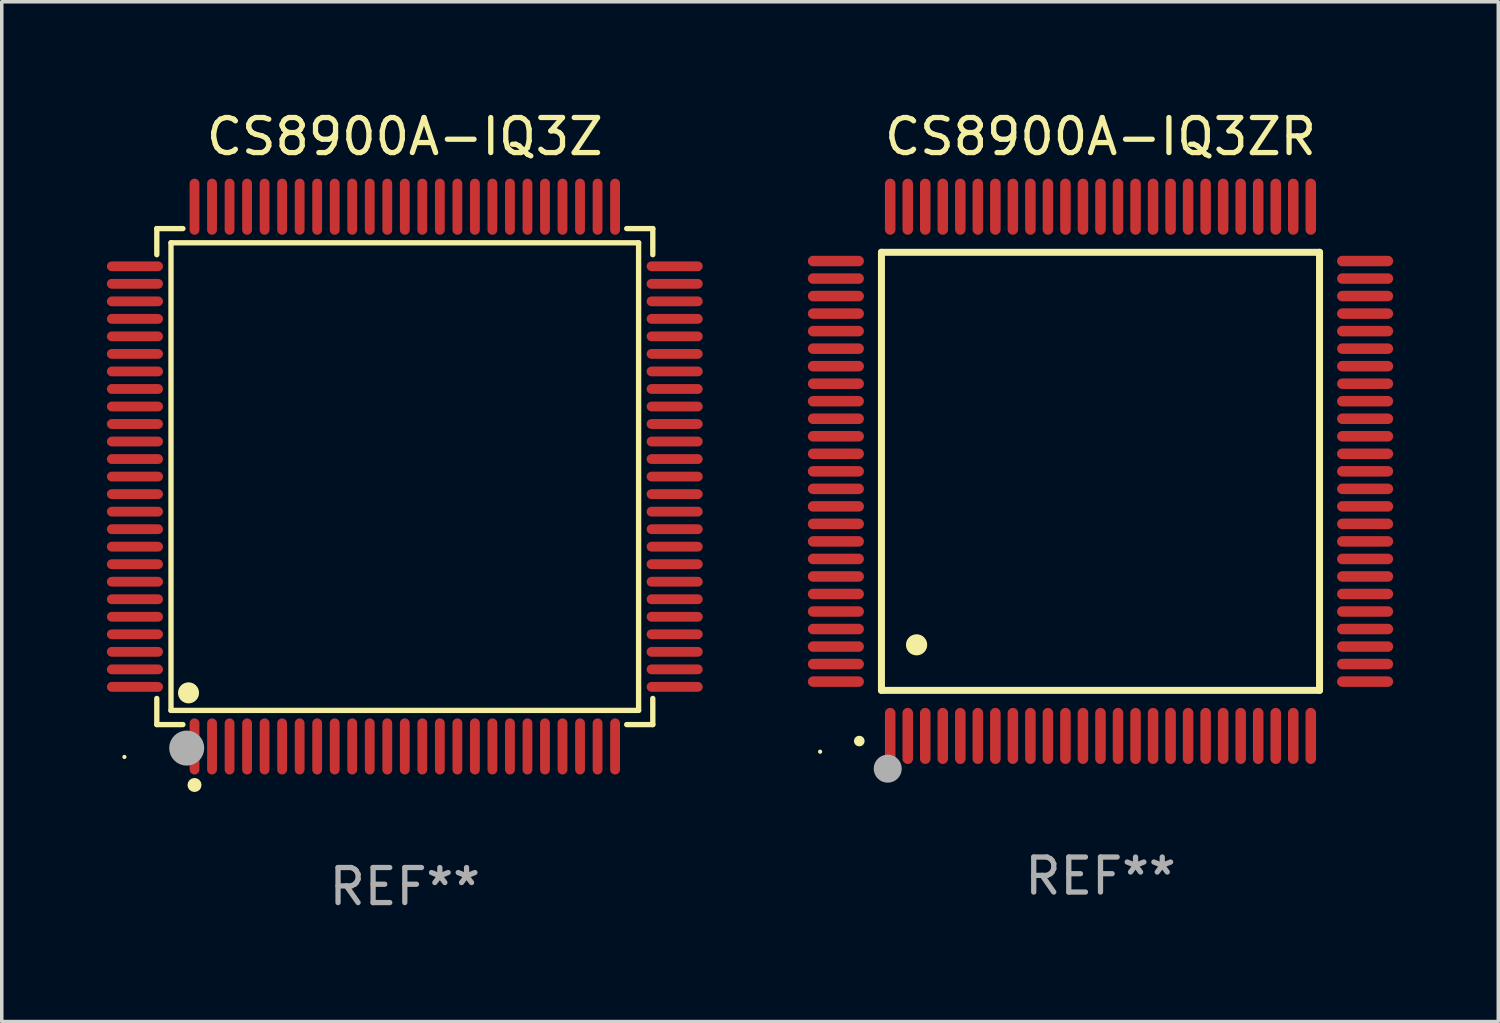
<source format=kicad_pcb>
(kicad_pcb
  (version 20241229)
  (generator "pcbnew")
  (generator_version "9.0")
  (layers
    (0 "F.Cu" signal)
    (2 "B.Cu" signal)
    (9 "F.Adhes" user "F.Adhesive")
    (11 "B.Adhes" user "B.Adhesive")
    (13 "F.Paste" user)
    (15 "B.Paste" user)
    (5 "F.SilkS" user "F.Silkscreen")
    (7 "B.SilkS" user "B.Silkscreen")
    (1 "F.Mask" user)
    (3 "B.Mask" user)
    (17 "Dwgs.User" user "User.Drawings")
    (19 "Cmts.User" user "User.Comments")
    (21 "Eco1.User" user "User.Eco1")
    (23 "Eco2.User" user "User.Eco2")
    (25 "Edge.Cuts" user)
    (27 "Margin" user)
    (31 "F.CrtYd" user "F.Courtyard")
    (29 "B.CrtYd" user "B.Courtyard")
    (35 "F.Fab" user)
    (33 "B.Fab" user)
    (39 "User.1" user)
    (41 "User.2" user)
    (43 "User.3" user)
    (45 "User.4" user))
  (footprint "CS8900A-IQ3ZR"
    (layer "F.Cu")
    (at 28.35 10.398)
    (property "Reference" "CS8900A-IQ3ZR" (at 0 -9.55 0) (layer "F.SilkS") (effects (font (size 1 1) (thickness 0.15))))
    (attr through_hole)
    (fp_line (start -6.25 -6.25) (end -6.25 6.25) (stroke (width 0.2) (type solid)) (layer "F.SilkS"))
    (fp_line (start -6.25 6.25) (end 6.25 6.25) (stroke (width 0.2) (type solid)) (layer "F.SilkS"))
    (fp_line (start 6.25 -6.25) (end -6.25 -6.25) (stroke (width 0.2) (type solid)) (layer "F.SilkS"))
    (fp_line (start 6.25 6.25) (end 6.25 -6.25) (stroke (width 0.2) (type solid)) (layer "F.SilkS"))
    (fp_arc (start -6.883414 7.696215) (mid -6.882144 7.69621) (end -6.880874 7.696215) (stroke (width 0.3) (type solid)) (layer "F.SilkS"))
    (fp_arc (start -5.250191 4.95047) (mid -5.247651 4.950459) (end -5.245111 4.95047) (stroke (width 0.6) (type solid)) (layer "F.SilkS"))
    (fp_circle (center -8 8) (end -7.97 8) (stroke (width 0.06) (type solid)) (fill no) (layer "F.SilkS"))
    (fp_circle (center -6.071 8.484) (end -5.871 8.484) (stroke (width 0.4) (type solid)) (fill no) (layer "F.Fab"))
    (fp_text user "REF**" (at 0 11.55 0) (layer "F.Fab") (effects (font (size 1 1) (thickness 0.15))))
    (pad "1" smd oval (at -6 7.55) (size 0.3 1.6) (layers "F.Cu" "F.Mask" "F.Paste"))
    (pad "2" smd oval (at -5.5 7.55) (size 0.3 1.6) (layers "F.Cu" "F.Mask" "F.Paste"))
    (pad "3" smd oval (at -5 7.55) (size 0.3 1.6) (layers "F.Cu" "F.Mask" "F.Paste"))
    (pad "4" smd oval (at -4.5 7.55) (size 0.3 1.6) (layers "F.Cu" "F.Mask" "F.Paste"))
    (pad "5" smd oval (at -4 7.55) (size 0.3 1.6) (layers "F.Cu" "F.Mask" "F.Paste"))
    (pad "6" smd oval (at -3.5 7.55) (size 0.3 1.6) (layers "F.Cu" "F.Mask" "F.Paste"))
    (pad "7" smd oval (at -3 7.55) (size 0.3 1.6) (layers "F.Cu" "F.Mask" "F.Paste"))
    (pad "8" smd oval (at -2.5 7.55) (size 0.3 1.6) (layers "F.Cu" "F.Mask" "F.Paste"))
    (pad "9" smd oval (at -2 7.55) (size 0.3 1.6) (layers "F.Cu" "F.Mask" "F.Paste"))
    (pad "10" smd oval (at -1.5 7.55) (size 0.3 1.6) (layers "F.Cu" "F.Mask" "F.Paste"))
    (pad "11" smd oval (at -1 7.55) (size 0.3 1.6) (layers "F.Cu" "F.Mask" "F.Paste"))
    (pad "12" smd oval (at -0.5 7.55) (size 0.3 1.6) (layers "F.Cu" "F.Mask" "F.Paste"))
    (pad "13" smd oval (at 0 7.55) (size 0.3 1.6) (layers "F.Cu" "F.Mask" "F.Paste"))
    (pad "14" smd oval (at 0.5 7.55) (size 0.3 1.6) (layers "F.Cu" "F.Mask" "F.Paste"))
    (pad "15" smd oval (at 1 7.55) (size 0.3 1.6) (layers "F.Cu" "F.Mask" "F.Paste"))
    (pad "16" smd oval (at 1.5 7.55) (size 0.3 1.6) (layers "F.Cu" "F.Mask" "F.Paste"))
    (pad "17" smd oval (at 2 7.55) (size 0.3 1.6) (layers "F.Cu" "F.Mask" "F.Paste"))
    (pad "18" smd oval (at 2.5 7.55) (size 0.3 1.6) (layers "F.Cu" "F.Mask" "F.Paste"))
    (pad "19" smd oval (at 3 7.55) (size 0.3 1.6) (layers "F.Cu" "F.Mask" "F.Paste"))
    (pad "20" smd oval (at 3.5 7.55) (size 0.3 1.6) (layers "F.Cu" "F.Mask" "F.Paste"))
    (pad "21" smd oval (at 4 7.55) (size 0.3 1.6) (layers "F.Cu" "F.Mask" "F.Paste"))
    (pad "22" smd oval (at 4.5 7.55) (size 0.3 1.6) (layers "F.Cu" "F.Mask" "F.Paste"))
    (pad "23" smd oval (at 5 7.55) (size 0.3 1.6) (layers "F.Cu" "F.Mask" "F.Paste"))
    (pad "24" smd oval (at 5.5 7.55) (size 0.3 1.6) (layers "F.Cu" "F.Mask" "F.Paste"))
    (pad "25" smd oval (at 6 7.55) (size 0.3 1.6) (layers "F.Cu" "F.Mask" "F.Paste"))
    (pad "26" smd oval (at 7.55 6) (size 1.6 0.3) (layers "F.Cu" "F.Mask" "F.Paste"))
    (pad "27" smd oval (at 7.55 5.5) (size 1.6 0.3) (layers "F.Cu" "F.Mask" "F.Paste"))
    (pad "28" smd oval (at 7.55 5) (size 1.6 0.3) (layers "F.Cu" "F.Mask" "F.Paste"))
    (pad "29" smd oval (at 7.55 4.5) (size 1.6 0.3) (layers "F.Cu" "F.Mask" "F.Paste"))
    (pad "30" smd oval (at 7.55 4) (size 1.6 0.3) (layers "F.Cu" "F.Mask" "F.Paste"))
    (pad "31" smd oval (at 7.55 3.5) (size 1.6 0.3) (layers "F.Cu" "F.Mask" "F.Paste"))
    (pad "32" smd oval (at 7.55 3) (size 1.6 0.3) (layers "F.Cu" "F.Mask" "F.Paste"))
    (pad "33" smd oval (at 7.55 2.5) (size 1.6 0.3) (layers "F.Cu" "F.Mask" "F.Paste"))
    (pad "34" smd oval (at 7.55 2) (size 1.6 0.3) (layers "F.Cu" "F.Mask" "F.Paste"))
    (pad "35" smd oval (at 7.55 1.5) (size 1.6 0.3) (layers "F.Cu" "F.Mask" "F.Paste"))
    (pad "36" smd oval (at 7.55 1) (size 1.6 0.3) (layers "F.Cu" "F.Mask" "F.Paste"))
    (pad "37" smd oval (at 7.55 0.5) (size 1.6 0.3) (layers "F.Cu" "F.Mask" "F.Paste"))
    (pad "38" smd oval (at 7.55 0) (size 1.6 0.3) (layers "F.Cu" "F.Mask" "F.Paste"))
    (pad "39" smd oval (at 7.55 -0.5) (size 1.6 0.3) (layers "F.Cu" "F.Mask" "F.Paste"))
    (pad "40" smd oval (at 7.55 -1) (size 1.6 0.3) (layers "F.Cu" "F.Mask" "F.Paste"))
    (pad "41" smd oval (at 7.55 -1.5) (size 1.6 0.3) (layers "F.Cu" "F.Mask" "F.Paste"))
    (pad "42" smd oval (at 7.55 -2) (size 1.6 0.3) (layers "F.Cu" "F.Mask" "F.Paste"))
    (pad "43" smd oval (at 7.55 -2.5) (size 1.6 0.3) (layers "F.Cu" "F.Mask" "F.Paste"))
    (pad "44" smd oval (at 7.55 -3) (size 1.6 0.3) (layers "F.Cu" "F.Mask" "F.Paste"))
    (pad "45" smd oval (at 7.55 -3.5) (size 1.6 0.3) (layers "F.Cu" "F.Mask" "F.Paste"))
    (pad "46" smd oval (at 7.55 -4) (size 1.6 0.3) (layers "F.Cu" "F.Mask" "F.Paste"))
    (pad "47" smd oval (at 7.55 -4.5) (size 1.6 0.3) (layers "F.Cu" "F.Mask" "F.Paste"))
    (pad "48" smd oval (at 7.55 -5) (size 1.6 0.3) (layers "F.Cu" "F.Mask" "F.Paste"))
    (pad "49" smd oval (at 7.55 -5.5) (size 1.6 0.3) (layers "F.Cu" "F.Mask" "F.Paste"))
    (pad "50" smd oval (at 7.55 -6) (size 1.6 0.3) (layers "F.Cu" "F.Mask" "F.Paste"))
    (pad "51" smd oval (at 6 -7.55) (size 0.3 1.6) (layers "F.Cu" "F.Mask" "F.Paste"))
    (pad "52" smd oval (at 5.5 -7.55) (size 0.3 1.6) (layers "F.Cu" "F.Mask" "F.Paste"))
    (pad "53" smd oval (at 5 -7.55) (size 0.3 1.6) (layers "F.Cu" "F.Mask" "F.Paste"))
    (pad "54" smd oval (at 4.5 -7.55) (size 0.3 1.6) (layers "F.Cu" "F.Mask" "F.Paste"))
    (pad "55" smd oval (at 4 -7.55) (size 0.3 1.6) (layers "F.Cu" "F.Mask" "F.Paste"))
    (pad "56" smd oval (at 3.5 -7.55) (size 0.3 1.6) (layers "F.Cu" "F.Mask" "F.Paste"))
    (pad "57" smd oval (at 3 -7.55) (size 0.3 1.6) (layers "F.Cu" "F.Mask" "F.Paste"))
    (pad "58" smd oval (at 2.5 -7.55) (size 0.3 1.6) (layers "F.Cu" "F.Mask" "F.Paste"))
    (pad "59" smd oval (at 2 -7.55) (size 0.3 1.6) (layers "F.Cu" "F.Mask" "F.Paste"))
    (pad "60" smd oval (at 1.5 -7.55) (size 0.3 1.6) (layers "F.Cu" "F.Mask" "F.Paste"))
    (pad "61" smd oval (at 1 -7.55) (size 0.3 1.6) (layers "F.Cu" "F.Mask" "F.Paste"))
    (pad "62" smd oval (at 0.5 -7.55) (size 0.3 1.6) (layers "F.Cu" "F.Mask" "F.Paste"))
    (pad "63" smd oval (at 0 -7.55) (size 0.3 1.6) (layers "F.Cu" "F.Mask" "F.Paste"))
    (pad "64" smd oval (at -0.5 -7.55) (size 0.3 1.6) (layers "F.Cu" "F.Mask" "F.Paste"))
    (pad "65" smd oval (at -1 -7.55) (size 0.3 1.6) (layers "F.Cu" "F.Mask" "F.Paste"))
    (pad "66" smd oval (at -1.5 -7.55) (size 0.3 1.6) (layers "F.Cu" "F.Mask" "F.Paste"))
    (pad "67" smd oval (at -2 -7.55) (size 0.3 1.6) (layers "F.Cu" "F.Mask" "F.Paste"))
    (pad "68" smd oval (at -2.5 -7.55) (size 0.3 1.6) (layers "F.Cu" "F.Mask" "F.Paste"))
    (pad "69" smd oval (at -3 -7.55) (size 0.3 1.6) (layers "F.Cu" "F.Mask" "F.Paste"))
    (pad "70" smd oval (at -3.5 -7.55) (size 0.3 1.6) (layers "F.Cu" "F.Mask" "F.Paste"))
    (pad "71" smd oval (at -4 -7.55) (size 0.3 1.6) (layers "F.Cu" "F.Mask" "F.Paste"))
    (pad "72" smd oval (at -4.5 -7.55) (size 0.3 1.6) (layers "F.Cu" "F.Mask" "F.Paste"))
    (pad "73" smd oval (at -5 -7.55) (size 0.3 1.6) (layers "F.Cu" "F.Mask" "F.Paste"))
    (pad "74" smd oval (at -5.5 -7.55) (size 0.3 1.6) (layers "F.Cu" "F.Mask" "F.Paste"))
    (pad "75" smd oval (at -6 -7.55) (size 0.3 1.6) (layers "F.Cu" "F.Mask" "F.Paste"))
    (pad "76" smd oval (at -7.55 -6) (size 1.6 0.3) (layers "F.Cu" "F.Mask" "F.Paste"))
    (pad "77" smd oval (at -7.55 -5.5) (size 1.6 0.3) (layers "F.Cu" "F.Mask" "F.Paste"))
    (pad "78" smd oval (at -7.55 -5) (size 1.6 0.3) (layers "F.Cu" "F.Mask" "F.Paste"))
    (pad "79" smd oval (at -7.55 -4.5) (size 1.6 0.3) (layers "F.Cu" "F.Mask" "F.Paste"))
    (pad "80" smd oval (at -7.55 -4) (size 1.6 0.3) (layers "F.Cu" "F.Mask" "F.Paste"))
    (pad "81" smd oval (at -7.55 -3.5) (size 1.6 0.3) (layers "F.Cu" "F.Mask" "F.Paste"))
    (pad "82" smd oval (at -7.55 -3) (size 1.6 0.3) (layers "F.Cu" "F.Mask" "F.Paste"))
    (pad "83" smd oval (at -7.55 -2.5) (size 1.6 0.3) (layers "F.Cu" "F.Mask" "F.Paste"))
    (pad "84" smd oval (at -7.55 -2) (size 1.6 0.3) (layers "F.Cu" "F.Mask" "F.Paste"))
    (pad "85" smd oval (at -7.55 -1.5) (size 1.6 0.3) (layers "F.Cu" "F.Mask" "F.Paste"))
    (pad "86" smd oval (at -7.55 -1) (size 1.6 0.3) (layers "F.Cu" "F.Mask" "F.Paste"))
    (pad "87" smd oval (at -7.55 -0.5) (size 1.6 0.3) (layers "F.Cu" "F.Mask" "F.Paste"))
    (pad "88" smd oval (at -7.55 0) (size 1.6 0.3) (layers "F.Cu" "F.Mask" "F.Paste"))
    (pad "89" smd oval (at -7.55 0.5) (size 1.6 0.3) (layers "F.Cu" "F.Mask" "F.Paste"))
    (pad "90" smd oval (at -7.55 1) (size 1.6 0.3) (layers "F.Cu" "F.Mask" "F.Paste"))
    (pad "91" smd oval (at -7.55 1.5) (size 1.6 0.3) (layers "F.Cu" "F.Mask" "F.Paste"))
    (pad "92" smd oval (at -7.55 2) (size 1.6 0.3) (layers "F.Cu" "F.Mask" "F.Paste"))
    (pad "93" smd oval (at -7.55 2.5) (size 1.6 0.3) (layers "F.Cu" "F.Mask" "F.Paste"))
    (pad "94" smd oval (at -7.55 3) (size 1.6 0.3) (layers "F.Cu" "F.Mask" "F.Paste"))
    (pad "95" smd oval (at -7.55 3.5) (size 1.6 0.3) (layers "F.Cu" "F.Mask" "F.Paste"))
    (pad "96" smd oval (at -7.55 4) (size 1.6 0.3) (layers "F.Cu" "F.Mask" "F.Paste"))
    (pad "97" smd oval (at -7.55 4.5) (size 1.6 0.3) (layers "F.Cu" "F.Mask" "F.Paste"))
    (pad "98" smd oval (at -7.55 5) (size 1.6 0.3) (layers "F.Cu" "F.Mask" "F.Paste"))
    (pad "99" smd oval (at -7.55 5.5) (size 1.6 0.3) (layers "F.Cu" "F.Mask" "F.Paste"))
    (pad "100" smd oval (at -7.55 6) (size 1.6 0.3) (layers "F.Cu" "F.Mask" "F.Paste")))
  (footprint "CS8900A-IQ3Z"
    (layer "F.Cu")
    (at 8.5 10.548)
    (property "Reference" "CS8900A-IQ3Z" (at 0 -9.7 0) (layer "F.SilkS") (effects (font (size 1 1) (thickness 0.15))))
    (attr through_hole)
    (fp_line (start -7.076 -7.076) (end -6.331 -7.076) (stroke (width 0.152) (type solid)) (layer "F.SilkS"))
    (fp_line (start -7.076 -6.331) (end -7.076 -7.076) (stroke (width 0.152) (type solid)) (layer "F.SilkS"))
    (fp_line (start -7.076 6.331) (end -7.076 7.076) (stroke (width 0.152) (type solid)) (layer "F.SilkS"))
    (fp_line (start -7.076 7.076) (end -6.331 7.076) (stroke (width 0.152) (type solid)) (layer "F.SilkS"))
    (fp_line (start -6.671 -6.671) (end 6.671 -6.671) (stroke (width 0.152) (type solid)) (layer "F.SilkS"))
    (fp_line (start -6.671 6.671) (end -6.671 -6.671) (stroke (width 0.152) (type solid)) (layer "F.SilkS"))
    (fp_line (start 6.671 -6.671) (end 6.671 6.671) (stroke (width 0.152) (type solid)) (layer "F.SilkS"))
    (fp_line (start 6.671 6.671) (end -6.671 6.671) (stroke (width 0.152) (type solid)) (layer "F.SilkS"))
    (fp_line (start 7.076 -7.076) (end 6.331 -7.076) (stroke (width 0.152) (type solid)) (layer "F.SilkS"))
    (fp_line (start 7.076 -6.331) (end 7.076 -7.076) (stroke (width 0.152) (type solid)) (layer "F.SilkS"))
    (fp_line (start 7.076 6.331) (end 7.076 7.076) (stroke (width 0.152) (type solid)) (layer "F.SilkS"))
    (fp_line (start 7.076 7.076) (end 6.331 7.076) (stroke (width 0.152) (type solid)) (layer "F.SilkS"))
    (fp_circle (center -8 8) (end -7.97 8) (stroke (width 0.06) (type solid)) (fill no) (layer "F.SilkS"))
    (fp_circle (center -6.171 6.171) (end -6.021 6.171) (stroke (width 0.3) (type solid)) (fill no) (layer "F.SilkS"))
    (fp_circle (center -6 8.8) (end -5.9 8.8) (stroke (width 0.2) (type solid)) (fill no) (layer "F.SilkS"))
    (fp_circle (center -6.223 7.747) (end -5.973 7.747) (stroke (width 0.5) (type solid)) (fill no) (layer "F.Fab"))
    (fp_text user "REF**" (at 0 11.7 0) (layer "F.Fab") (effects (font (size 1 1) (thickness 0.15))))
    (pad "1" smd oval (at -6 7.7) (size 0.28 1.6) (layers "F.Cu" "F.Mask" "F.Paste"))
    (pad "2" smd oval (at -5.5 7.7) (size 0.28 1.6) (layers "F.Cu" "F.Mask" "F.Paste"))
    (pad "3" smd oval (at -5 7.7) (size 0.28 1.6) (layers "F.Cu" "F.Mask" "F.Paste"))
    (pad "4" smd oval (at -4.5 7.7) (size 0.28 1.6) (layers "F.Cu" "F.Mask" "F.Paste"))
    (pad "5" smd oval (at -4 7.7) (size 0.28 1.6) (layers "F.Cu" "F.Mask" "F.Paste"))
    (pad "6" smd oval (at -3.5 7.7) (size 0.28 1.6) (layers "F.Cu" "F.Mask" "F.Paste"))
    (pad "7" smd oval (at -3 7.7) (size 0.28 1.6) (layers "F.Cu" "F.Mask" "F.Paste"))
    (pad "8" smd oval (at -2.5 7.7) (size 0.28 1.6) (layers "F.Cu" "F.Mask" "F.Paste"))
    (pad "9" smd oval (at -2 7.7) (size 0.28 1.6) (layers "F.Cu" "F.Mask" "F.Paste"))
    (pad "10" smd oval (at -1.5 7.7) (size 0.28 1.6) (layers "F.Cu" "F.Mask" "F.Paste"))
    (pad "11" smd oval (at -1 7.7) (size 0.28 1.6) (layers "F.Cu" "F.Mask" "F.Paste"))
    (pad "12" smd oval (at -0.5 7.7) (size 0.28 1.6) (layers "F.Cu" "F.Mask" "F.Paste"))
    (pad "13" smd oval (at 0 7.7) (size 0.28 1.6) (layers "F.Cu" "F.Mask" "F.Paste"))
    (pad "14" smd oval (at 0.5 7.7) (size 0.28 1.6) (layers "F.Cu" "F.Mask" "F.Paste"))
    (pad "15" smd oval (at 1 7.7) (size 0.28 1.6) (layers "F.Cu" "F.Mask" "F.Paste"))
    (pad "16" smd oval (at 1.5 7.7) (size 0.28 1.6) (layers "F.Cu" "F.Mask" "F.Paste"))
    (pad "17" smd oval (at 2 7.7) (size 0.28 1.6) (layers "F.Cu" "F.Mask" "F.Paste"))
    (pad "18" smd oval (at 2.5 7.7) (size 0.28 1.6) (layers "F.Cu" "F.Mask" "F.Paste"))
    (pad "19" smd oval (at 3 7.7) (size 0.28 1.6) (layers "F.Cu" "F.Mask" "F.Paste"))
    (pad "20" smd oval (at 3.5 7.7) (size 0.28 1.6) (layers "F.Cu" "F.Mask" "F.Paste"))
    (pad "21" smd oval (at 4 7.7) (size 0.28 1.6) (layers "F.Cu" "F.Mask" "F.Paste"))
    (pad "22" smd oval (at 4.5 7.7) (size 0.28 1.6) (layers "F.Cu" "F.Mask" "F.Paste"))
    (pad "23" smd oval (at 5 7.7) (size 0.28 1.6) (layers "F.Cu" "F.Mask" "F.Paste"))
    (pad "24" smd oval (at 5.5 7.7) (size 0.28 1.6) (layers "F.Cu" "F.Mask" "F.Paste"))
    (pad "25" smd oval (at 6 7.7) (size 0.28 1.6) (layers "F.Cu" "F.Mask" "F.Paste"))
    (pad "26" smd oval (at 7.7 6) (size 1.6 0.28) (layers "F.Cu" "F.Mask" "F.Paste"))
    (pad "27" smd oval (at 7.7 5.5) (size 1.6 0.28) (layers "F.Cu" "F.Mask" "F.Paste"))
    (pad "28" smd oval (at 7.7 5) (size 1.6 0.28) (layers "F.Cu" "F.Mask" "F.Paste"))
    (pad "29" smd oval (at 7.7 4.5) (size 1.6 0.28) (layers "F.Cu" "F.Mask" "F.Paste"))
    (pad "30" smd oval (at 7.7 4) (size 1.6 0.28) (layers "F.Cu" "F.Mask" "F.Paste"))
    (pad "31" smd oval (at 7.7 3.5) (size 1.6 0.28) (layers "F.Cu" "F.Mask" "F.Paste"))
    (pad "32" smd oval (at 7.7 3) (size 1.6 0.28) (layers "F.Cu" "F.Mask" "F.Paste"))
    (pad "33" smd oval (at 7.7 2.5) (size 1.6 0.28) (layers "F.Cu" "F.Mask" "F.Paste"))
    (pad "34" smd oval (at 7.7 2) (size 1.6 0.28) (layers "F.Cu" "F.Mask" "F.Paste"))
    (pad "35" smd oval (at 7.7 1.5) (size 1.6 0.28) (layers "F.Cu" "F.Mask" "F.Paste"))
    (pad "36" smd oval (at 7.7 1) (size 1.6 0.28) (layers "F.Cu" "F.Mask" "F.Paste"))
    (pad "37" smd oval (at 7.7 0.5) (size 1.6 0.28) (layers "F.Cu" "F.Mask" "F.Paste"))
    (pad "38" smd oval (at 7.7 0) (size 1.6 0.28) (layers "F.Cu" "F.Mask" "F.Paste"))
    (pad "39" smd oval (at 7.7 -0.5) (size 1.6 0.28) (layers "F.Cu" "F.Mask" "F.Paste"))
    (pad "40" smd oval (at 7.7 -1) (size 1.6 0.28) (layers "F.Cu" "F.Mask" "F.Paste"))
    (pad "41" smd oval (at 7.7 -1.5) (size 1.6 0.28) (layers "F.Cu" "F.Mask" "F.Paste"))
    (pad "42" smd oval (at 7.7 -2) (size 1.6 0.28) (layers "F.Cu" "F.Mask" "F.Paste"))
    (pad "43" smd oval (at 7.7 -2.5) (size 1.6 0.28) (layers "F.Cu" "F.Mask" "F.Paste"))
    (pad "44" smd oval (at 7.7 -3) (size 1.6 0.28) (layers "F.Cu" "F.Mask" "F.Paste"))
    (pad "45" smd oval (at 7.7 -3.5) (size 1.6 0.28) (layers "F.Cu" "F.Mask" "F.Paste"))
    (pad "46" smd oval (at 7.7 -4) (size 1.6 0.28) (layers "F.Cu" "F.Mask" "F.Paste"))
    (pad "47" smd oval (at 7.7 -4.5) (size 1.6 0.28) (layers "F.Cu" "F.Mask" "F.Paste"))
    (pad "48" smd oval (at 7.7 -5) (size 1.6 0.28) (layers "F.Cu" "F.Mask" "F.Paste"))
    (pad "49" smd oval (at 7.7 -5.5) (size 1.6 0.28) (layers "F.Cu" "F.Mask" "F.Paste"))
    (pad "50" smd oval (at 7.7 -6) (size 1.6 0.28) (layers "F.Cu" "F.Mask" "F.Paste"))
    (pad "51" smd oval (at 6 -7.7) (size 0.28 1.6) (layers "F.Cu" "F.Mask" "F.Paste"))
    (pad "52" smd oval (at 5.5 -7.7) (size 0.28 1.6) (layers "F.Cu" "F.Mask" "F.Paste"))
    (pad "53" smd oval (at 5 -7.7) (size 0.28 1.6) (layers "F.Cu" "F.Mask" "F.Paste"))
    (pad "54" smd oval (at 4.5 -7.7) (size 0.28 1.6) (layers "F.Cu" "F.Mask" "F.Paste"))
    (pad "55" smd oval (at 4 -7.7) (size 0.28 1.6) (layers "F.Cu" "F.Mask" "F.Paste"))
    (pad "56" smd oval (at 3.5 -7.7) (size 0.28 1.6) (layers "F.Cu" "F.Mask" "F.Paste"))
    (pad "57" smd oval (at 3 -7.7) (size 0.28 1.6) (layers "F.Cu" "F.Mask" "F.Paste"))
    (pad "58" smd oval (at 2.5 -7.7) (size 0.28 1.6) (layers "F.Cu" "F.Mask" "F.Paste"))
    (pad "59" smd oval (at 2 -7.7) (size 0.28 1.6) (layers "F.Cu" "F.Mask" "F.Paste"))
    (pad "60" smd oval (at 1.5 -7.7) (size 0.28 1.6) (layers "F.Cu" "F.Mask" "F.Paste"))
    (pad "61" smd oval (at 1 -7.7) (size 0.28 1.6) (layers "F.Cu" "F.Mask" "F.Paste"))
    (pad "62" smd oval (at 0.5 -7.7) (size 0.28 1.6) (layers "F.Cu" "F.Mask" "F.Paste"))
    (pad "63" smd oval (at 0 -7.7) (size 0.28 1.6) (layers "F.Cu" "F.Mask" "F.Paste"))
    (pad "64" smd oval (at -0.5 -7.7) (size 0.28 1.6) (layers "F.Cu" "F.Mask" "F.Paste"))
    (pad "65" smd oval (at -1 -7.7) (size 0.28 1.6) (layers "F.Cu" "F.Mask" "F.Paste"))
    (pad "66" smd oval (at -1.5 -7.7) (size 0.28 1.6) (layers "F.Cu" "F.Mask" "F.Paste"))
    (pad "67" smd oval (at -2 -7.7) (size 0.28 1.6) (layers "F.Cu" "F.Mask" "F.Paste"))
    (pad "68" smd oval (at -2.5 -7.7) (size 0.28 1.6) (layers "F.Cu" "F.Mask" "F.Paste"))
    (pad "69" smd oval (at -3 -7.7) (size 0.28 1.6) (layers "F.Cu" "F.Mask" "F.Paste"))
    (pad "70" smd oval (at -3.5 -7.7) (size 0.28 1.6) (layers "F.Cu" "F.Mask" "F.Paste"))
    (pad "71" smd oval (at -4 -7.7) (size 0.28 1.6) (layers "F.Cu" "F.Mask" "F.Paste"))
    (pad "72" smd oval (at -4.5 -7.7) (size 0.28 1.6) (layers "F.Cu" "F.Mask" "F.Paste"))
    (pad "73" smd oval (at -5 -7.7) (size 0.28 1.6) (layers "F.Cu" "F.Mask" "F.Paste"))
    (pad "74" smd oval (at -5.5 -7.7) (size 0.28 1.6) (layers "F.Cu" "F.Mask" "F.Paste"))
    (pad "75" smd oval (at -6 -7.7) (size 0.28 1.6) (layers "F.Cu" "F.Mask" "F.Paste"))
    (pad "76" smd oval (at -7.7 -6) (size 1.6 0.28) (layers "F.Cu" "F.Mask" "F.Paste"))
    (pad "77" smd oval (at -7.7 -5.5) (size 1.6 0.28) (layers "F.Cu" "F.Mask" "F.Paste"))
    (pad "78" smd oval (at -7.7 -5) (size 1.6 0.28) (layers "F.Cu" "F.Mask" "F.Paste"))
    (pad "79" smd oval (at -7.7 -4.5) (size 1.6 0.28) (layers "F.Cu" "F.Mask" "F.Paste"))
    (pad "80" smd oval (at -7.7 -4) (size 1.6 0.28) (layers "F.Cu" "F.Mask" "F.Paste"))
    (pad "81" smd oval (at -7.7 -3.5) (size 1.6 0.28) (layers "F.Cu" "F.Mask" "F.Paste"))
    (pad "82" smd oval (at -7.7 -3) (size 1.6 0.28) (layers "F.Cu" "F.Mask" "F.Paste"))
    (pad "83" smd oval (at -7.7 -2.5) (size 1.6 0.28) (layers "F.Cu" "F.Mask" "F.Paste"))
    (pad "84" smd oval (at -7.7 -2) (size 1.6 0.28) (layers "F.Cu" "F.Mask" "F.Paste"))
    (pad "85" smd oval (at -7.7 -1.5) (size 1.6 0.28) (layers "F.Cu" "F.Mask" "F.Paste"))
    (pad "86" smd oval (at -7.7 -1) (size 1.6 0.28) (layers "F.Cu" "F.Mask" "F.Paste"))
    (pad "87" smd oval (at -7.7 -0.5) (size 1.6 0.28) (layers "F.Cu" "F.Mask" "F.Paste"))
    (pad "88" smd oval (at -7.7 0) (size 1.6 0.28) (layers "F.Cu" "F.Mask" "F.Paste"))
    (pad "89" smd oval (at -7.7 0.5) (size 1.6 0.28) (layers "F.Cu" "F.Mask" "F.Paste"))
    (pad "90" smd oval (at -7.7 1) (size 1.6 0.28) (layers "F.Cu" "F.Mask" "F.Paste"))
    (pad "91" smd oval (at -7.7 1.5) (size 1.6 0.28) (layers "F.Cu" "F.Mask" "F.Paste"))
    (pad "92" smd oval (at -7.7 2) (size 1.6 0.28) (layers "F.Cu" "F.Mask" "F.Paste"))
    (pad "93" smd oval (at -7.7 2.5) (size 1.6 0.28) (layers "F.Cu" "F.Mask" "F.Paste"))
    (pad "94" smd oval (at -7.7 3) (size 1.6 0.28) (layers "F.Cu" "F.Mask" "F.Paste"))
    (pad "95" smd oval (at -7.7 3.5) (size 1.6 0.28) (layers "F.Cu" "F.Mask" "F.Paste"))
    (pad "96" smd oval (at -7.7 4) (size 1.6 0.28) (layers "F.Cu" "F.Mask" "F.Paste"))
    (pad "97" smd oval (at -7.7 4.5) (size 1.6 0.28) (layers "F.Cu" "F.Mask" "F.Paste"))
    (pad "98" smd oval (at -7.7 5) (size 1.6 0.28) (layers "F.Cu" "F.Mask" "F.Paste"))
    (pad "99" smd oval (at -7.7 5.5) (size 1.6 0.28) (layers "F.Cu" "F.Mask" "F.Paste"))
    (pad "100" smd oval (at -7.7 6) (size 1.6 0.28) (layers "F.Cu" "F.Mask" "F.Paste")))
  (gr_rect
    (start -3 -3)
    (end 39.7 26.097)
    (stroke (width 0.1) (type default))
    (fill no)
    (layer "Edge.Cuts")))
</source>
